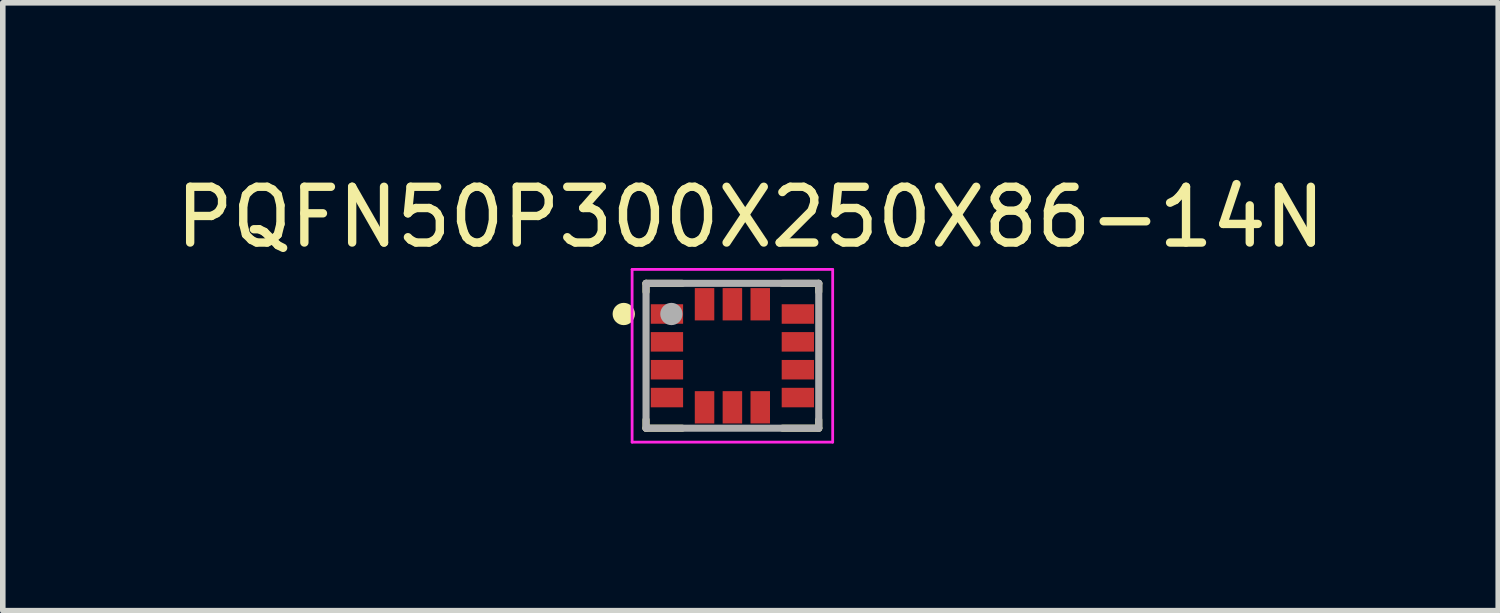
<source format=kicad_pcb>
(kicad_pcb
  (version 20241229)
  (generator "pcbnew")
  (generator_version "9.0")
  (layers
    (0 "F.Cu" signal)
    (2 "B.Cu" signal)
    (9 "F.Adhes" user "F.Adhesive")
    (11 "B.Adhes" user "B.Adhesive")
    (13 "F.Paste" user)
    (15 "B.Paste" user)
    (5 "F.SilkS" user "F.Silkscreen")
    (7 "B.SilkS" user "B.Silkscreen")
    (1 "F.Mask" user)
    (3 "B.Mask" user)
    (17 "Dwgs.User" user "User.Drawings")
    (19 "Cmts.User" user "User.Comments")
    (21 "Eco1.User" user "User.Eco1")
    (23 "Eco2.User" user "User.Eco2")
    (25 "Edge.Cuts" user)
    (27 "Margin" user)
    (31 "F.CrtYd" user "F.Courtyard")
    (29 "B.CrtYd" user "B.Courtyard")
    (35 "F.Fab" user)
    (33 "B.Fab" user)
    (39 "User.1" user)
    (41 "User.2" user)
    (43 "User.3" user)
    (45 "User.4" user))
  (footprint "PQFN50P300X250X86-14N"
    (layer "F.Cu")
    (at 10.096 3.336)
    (property "Reference" "PQFN50P300X250X86-14N" (at 0.325 -2.488 0) (layer "F.SilkS") (effects (font (size 1.001 1.001) (thickness 0.15))))
    (attr smd)
    (fp_line (start -1.55 -1.3) (end -1.55 -1.15) (stroke (width 0.127) (type solid)) (layer "F.SilkS"))
    (fp_line (start -1.55 1.15) (end -1.55 1.3) (stroke (width 0.127) (type solid)) (layer "F.SilkS"))
    (fp_line (start -1.55 1.3) (end -0.9 1.3) (stroke (width 0.127) (type solid)) (layer "F.SilkS"))
    (fp_line (start -0.9 -1.3) (end -1.55 -1.3) (stroke (width 0.127) (type solid)) (layer "F.SilkS"))
    (fp_line (start 0.9 -1.3) (end 1.55 -1.3) (stroke (width 0.127) (type solid)) (layer "F.SilkS"))
    (fp_line (start 1.55 -1.3) (end 1.55 -1.15) (stroke (width 0.127) (type solid)) (layer "F.SilkS"))
    (fp_line (start 1.55 1.15) (end 1.55 1.3) (stroke (width 0.127) (type solid)) (layer "F.SilkS"))
    (fp_line (start 1.55 1.3) (end 0.9 1.3) (stroke (width 0.127) (type solid)) (layer "F.SilkS"))
    (fp_circle (center -1.95 -0.75) (end -1.85 -0.75) (stroke (width 0.2) (type solid)) (fill no) (layer "F.SilkS"))
    (fp_line (start -1.8 -1.55) (end 1.8 -1.55) (stroke (width 0.05) (type solid)) (layer "F.CrtYd"))
    (fp_line (start -1.8 1.55) (end -1.8 -1.55) (stroke (width 0.05) (type solid)) (layer "F.CrtYd"))
    (fp_line (start 1.8 -1.55) (end 1.8 1.55) (stroke (width 0.05) (type solid)) (layer "F.CrtYd"))
    (fp_line (start 1.8 1.55) (end -1.8 1.55) (stroke (width 0.05) (type solid)) (layer "F.CrtYd"))
    (fp_line (start -1.55 -1.3) (end 1.55 -1.3) (stroke (width 0.127) (type solid)) (layer "F.Fab"))
    (fp_line (start -1.55 1.3) (end -1.55 -1.3) (stroke (width 0.127) (type solid)) (layer "F.Fab"))
    (fp_line (start 1.55 -1.3) (end 1.55 1.3) (stroke (width 0.127) (type solid)) (layer "F.Fab"))
    (fp_line (start 1.55 1.3) (end -1.55 1.3) (stroke (width 0.127) (type solid)) (layer "F.Fab"))
    (fp_circle (center -1.095 -0.75) (end -0.995 -0.75) (stroke (width 0.2) (type solid)) (fill no) (layer "F.Fab"))
    (pad "1" smd rect (at -1.175 -0.75 180) (size 0.58 0.35) (layers "F.Cu" "F.Mask" "F.Paste"))
    (pad "2" smd rect (at -1.175 -0.25 180) (size 0.58 0.35) (layers "F.Cu" "F.Mask" "F.Paste"))
    (pad "3" smd rect (at -1.175 0.25 180) (size 0.58 0.35) (layers "F.Cu" "F.Mask" "F.Paste"))
    (pad "4" smd rect (at -1.175 0.75 180) (size 0.58 0.35) (layers "F.Cu" "F.Mask" "F.Paste"))
    (pad "5" smd rect (at -0.5 0.925 90) (size 0.58 0.35) (layers "F.Cu" "F.Mask" "F.Paste"))
    (pad "6" smd rect (at 0 0.925 90) (size 0.58 0.35) (layers "F.Cu" "F.Mask" "F.Paste"))
    (pad "7" smd rect (at 0.5 0.925 90) (size 0.58 0.35) (layers "F.Cu" "F.Mask" "F.Paste"))
    (pad "8" smd rect (at 1.175 0.75 180) (size 0.58 0.35) (layers "F.Cu" "F.Mask" "F.Paste"))
    (pad "9" smd rect (at 1.175 0.25 180) (size 0.58 0.35) (layers "F.Cu" "F.Mask" "F.Paste"))
    (pad "10" smd rect (at 1.175 -0.25 180) (size 0.58 0.35) (layers "F.Cu" "F.Mask" "F.Paste"))
    (pad "11" smd rect (at 1.175 -0.75 180) (size 0.58 0.35) (layers "F.Cu" "F.Mask" "F.Paste"))
    (pad "12" smd rect (at 0.5 -0.925 90) (size 0.58 0.35) (layers "F.Cu" "F.Mask" "F.Paste"))
    (pad "13" smd rect (at 0 -0.925 90) (size 0.58 0.35) (layers "F.Cu" "F.Mask" "F.Paste"))
    (pad "14" smd rect (at -0.5 -0.925 90) (size 0.58 0.35) (layers "F.Cu" "F.Mask" "F.Paste")))
  (gr_rect
    (start -3 -3)
    (end 23.842 7.911)
    (stroke (width 0.1) (type default))
    (fill no)
    (layer "Edge.Cuts")))
</source>
